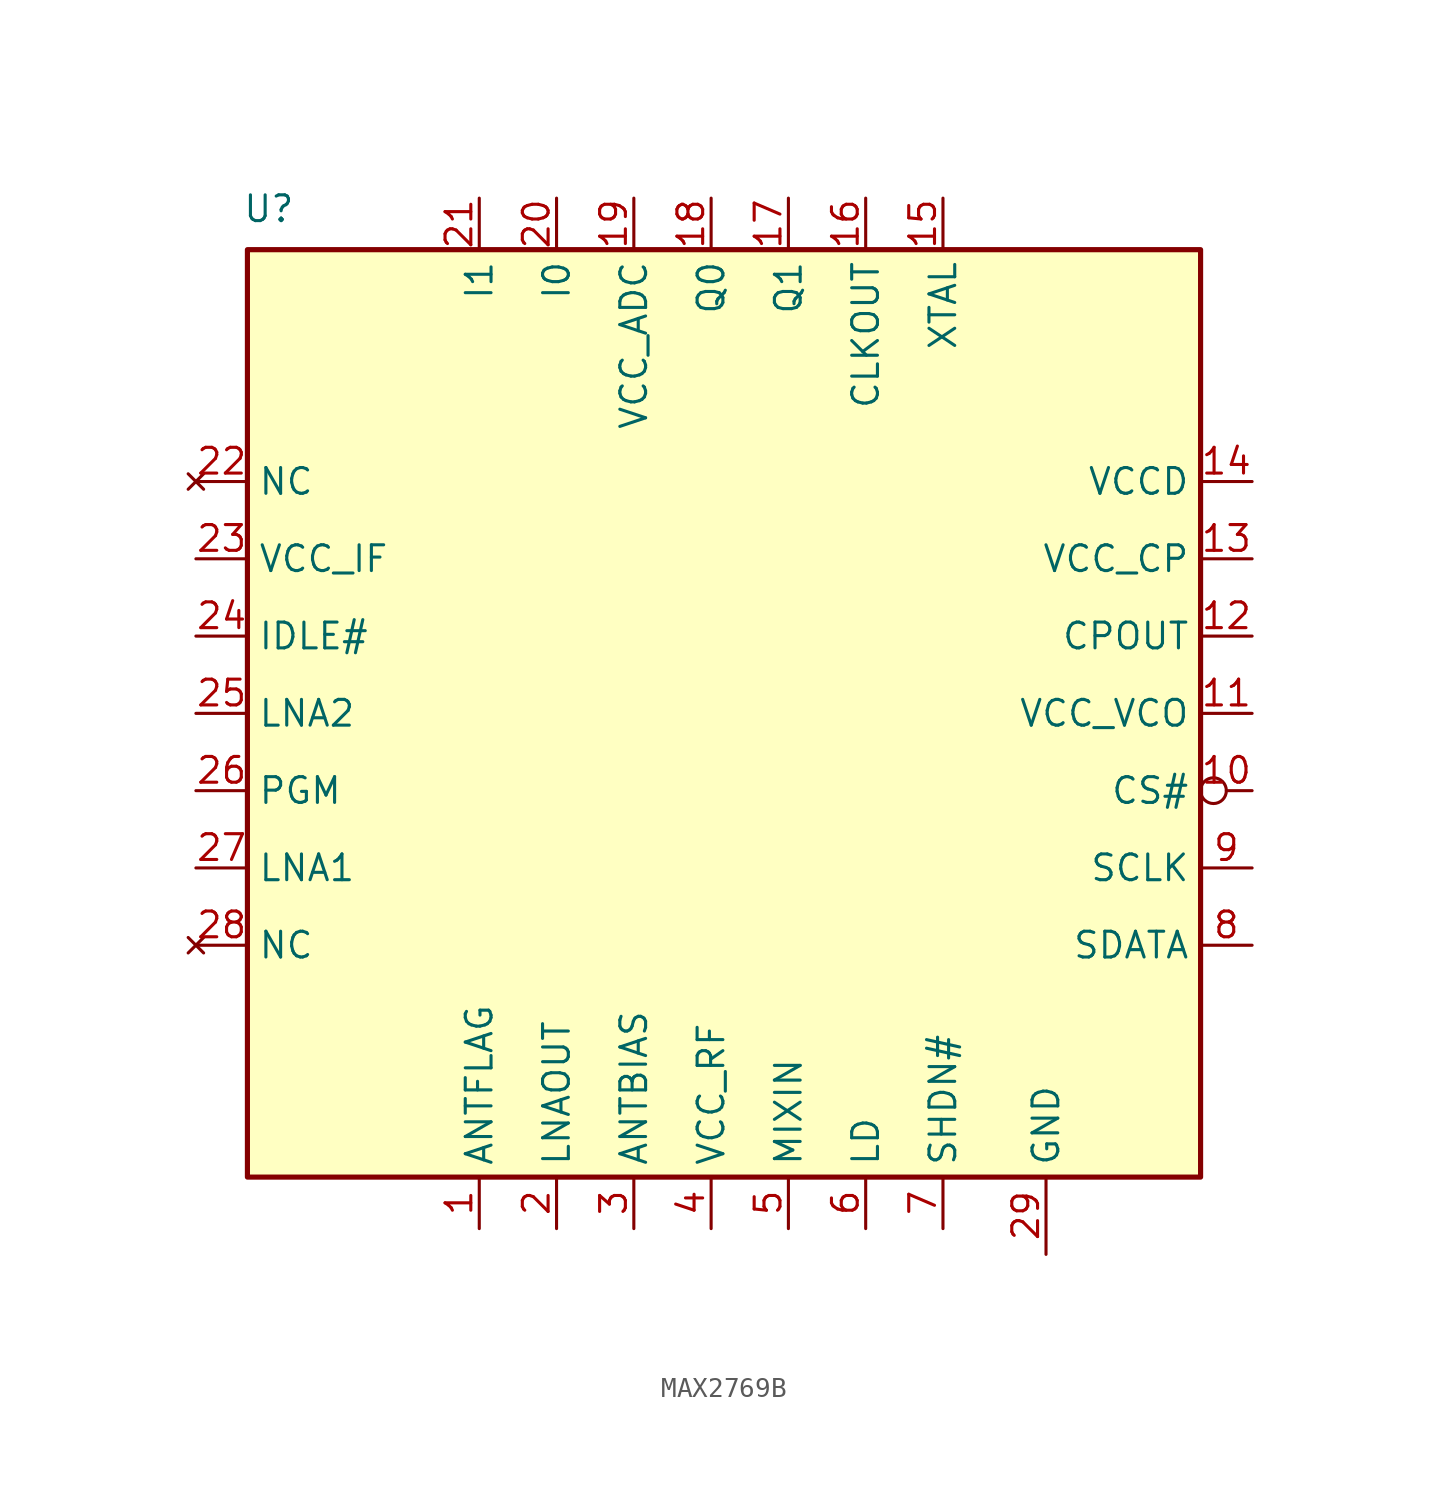
<source format=kicad_sym>
(kicad_symbol_lib
  (version 20231120)
  (generator "kicad_symbol_editor")
  (generator_version "8.0")
  (symbol "MAX2769B"
    (property "Reference" "U"
      (at -24.384 24.13 0)
      (effects (font (size 1.27 1.27)) (justify left bottom)))
    (property "Value" ""
      (at 1.27 1.27 0)
      (effects (font (size 1.27 1.27))))
    (symbol "MAX2769B_0_0"
      (pin power_in line (at 25.4 0 180) (length 2.54) (name "VCC_VCO" (effects (font (size 1.27 1.27)))) (number "11" (effects (font (size 1.27 1.27)))))
      (pin output line (at 25.4 3.81 180) (length 2.54) (name "CPOUT" (effects (font (size 1.27 1.27)))) (number "12" (effects (font (size 1.27 1.27)))))
      (pin power_in line (at 25.4 7.62 180) (length 2.54) (name "VCC_CP" (effects (font (size 1.27 1.27)))) (number "13" (effects (font (size 1.27 1.27)))))
      (pin power_in line (at 25.4 11.43 180) (length 2.54) (name "VCCD" (effects (font (size 1.27 1.27)))) (number "14" (effects (font (size 1.27 1.27)))))
      (pin input line (at 10.16 25.4 270) (length 2.54) (name "XTAL" (effects (font (size 1.27 1.27)))) (number "15" (effects (font (size 1.27 1.27)))))
      (pin output line (at 6.35 25.4 270) (length 2.54) (name "CLKOUT" (effects (font (size 1.27 1.27)))) (number "16" (effects (font (size 1.27 1.27)))))
      (pin output line (at 2.54 25.4 270) (length 2.54) (name "Q1" (effects (font (size 1.27 1.27)))) (number "17" (effects (font (size 1.27 1.27)))))
      (pin output line (at -1.27 25.4 270) (length 2.54) (name "Q0" (effects (font (size 1.27 1.27)))) (number "18" (effects (font (size 1.27 1.27)))))
      (pin output line (at -8.89 25.4 270) (length 2.54) (name "I0" (effects (font (size 1.27 1.27)))) (number "20" (effects (font (size 1.27 1.27)))))
      (pin output line (at -12.7 25.4 270) (length 2.54) (name "I1" (effects (font (size 1.27 1.27)))) (number "21" (effects (font (size 1.27 1.27)))))
      (pin no_connect line (at -26.67 11.43 0) (length 2.54) (name "NC" (effects (font (size 1.27 1.27)))) (number "22" (effects (font (size 1.27 1.27)))))
      (pin power_in line (at -26.67 7.62 0) (length 2.54) (name "VCC_IF" (effects (font (size 1.27 1.27)))) (number "23" (effects (font (size 1.27 1.27)))))
      (pin input line (at -26.67 3.81 0) (length 2.54) (name "IDLE#" (effects (font (size 1.27 1.27)))) (number "24" (effects (font (size 1.27 1.27)))))
      (pin input line (at -26.67 0 0) (length 2.54) (name "LNA2" (effects (font (size 1.27 1.27)))) (number "25" (effects (font (size 1.27 1.27)))))
      (pin input line (at -26.67 -3.81 0) (length 2.54) (name "PGM" (effects (font (size 1.27 1.27)))) (number "26" (effects (font (size 1.27 1.27)))))
      (pin input line (at -26.67 -7.62 0) (length 2.54) (name "LNA1" (effects (font (size 1.27 1.27)))) (number "27" (effects (font (size 1.27 1.27)))))
      (pin no_connect line (at -26.67 -11.43 0) (length 2.54) (name "NC" (effects (font (size 1.27 1.27)))) (number "28" (effects (font (size 1.27 1.27)))))
      (pin input line (at 25.4 -7.62 180) (length 2.54) (name "SCLK" (effects (font (size 1.27 1.27)))) (number "9" (effects (font (size 1.27 1.27))))))
    (symbol "MAX2769B_0_1"
      (rectangle (start -24.13 22.86) (end 22.86 -22.86) (stroke (width 0.254) (type default)) (fill (type background))))
    (symbol "MAX2769B_1_0"
      (pin output line (at -12.7 -25.4 90) (length 2.54) (name "ANTFLAG" (effects (font (size 1.27 1.27)))) (number "1" (effects (font (size 1.27 1.27)))))
      (pin input inverted (at 25.4 -3.81 180) (length 2.54) (name "CS#" (effects (font (size 1.27 1.27)))) (number "10" (effects (font (size 1.27 1.27)))))
      (pin power_in line (at -5.08 25.4 270) (length 2.54) (name "VCC_ADC" (effects (font (size 1.27 1.27)))) (number "19" (effects (font (size 1.27 1.27)))))
      (pin output line (at -8.89 -25.4 90) (length 2.54) (name "LNAOUT" (effects (font (size 1.27 1.27)))) (number "2" (effects (font (size 1.27 1.27)))))
      (pin output line (at -5.08 -25.4 90) (length 2.54) (name "ANTBIAS" (effects (font (size 1.27 1.27)))) (number "3" (effects (font (size 1.27 1.27)))))
      (pin power_in line (at -1.27 -25.4 90) (length 2.54) (name "VCC_RF" (effects (font (size 1.27 1.27)))) (number "4" (effects (font (size 1.27 1.27)))))
      (pin input line (at 2.54 -25.4 90) (length 2.54) (name "MIXIN" (effects (font (size 1.27 1.27)))) (number "5" (effects (font (size 1.27 1.27)))))
      (pin output line (at 6.35 -25.4 90) (length 2.54) (name "LD" (effects (font (size 1.27 1.27)))) (number "6" (effects (font (size 1.27 1.27)))))
      (pin input line (at 10.16 -25.4 90) (length 2.54) (name "SHDN#" (effects (font (size 1.27 1.27)))) (number "7" (effects (font (size 1.27 1.27)))))
      (pin input line (at 25.4 -11.43 180) (length 2.54) (name "SDATA" (effects (font (size 1.27 1.27)))) (number "8" (effects (font (size 1.27 1.27))))))
    (symbol "MAX2769B_1_1"
      (pin power_in line (at 15.24 -26.67 90) (length 3.81) (name "GND" (effects (font (size 1.27 1.27)))) (number "29" (effects (font (size 1.27 1.27))))))))
</source>
